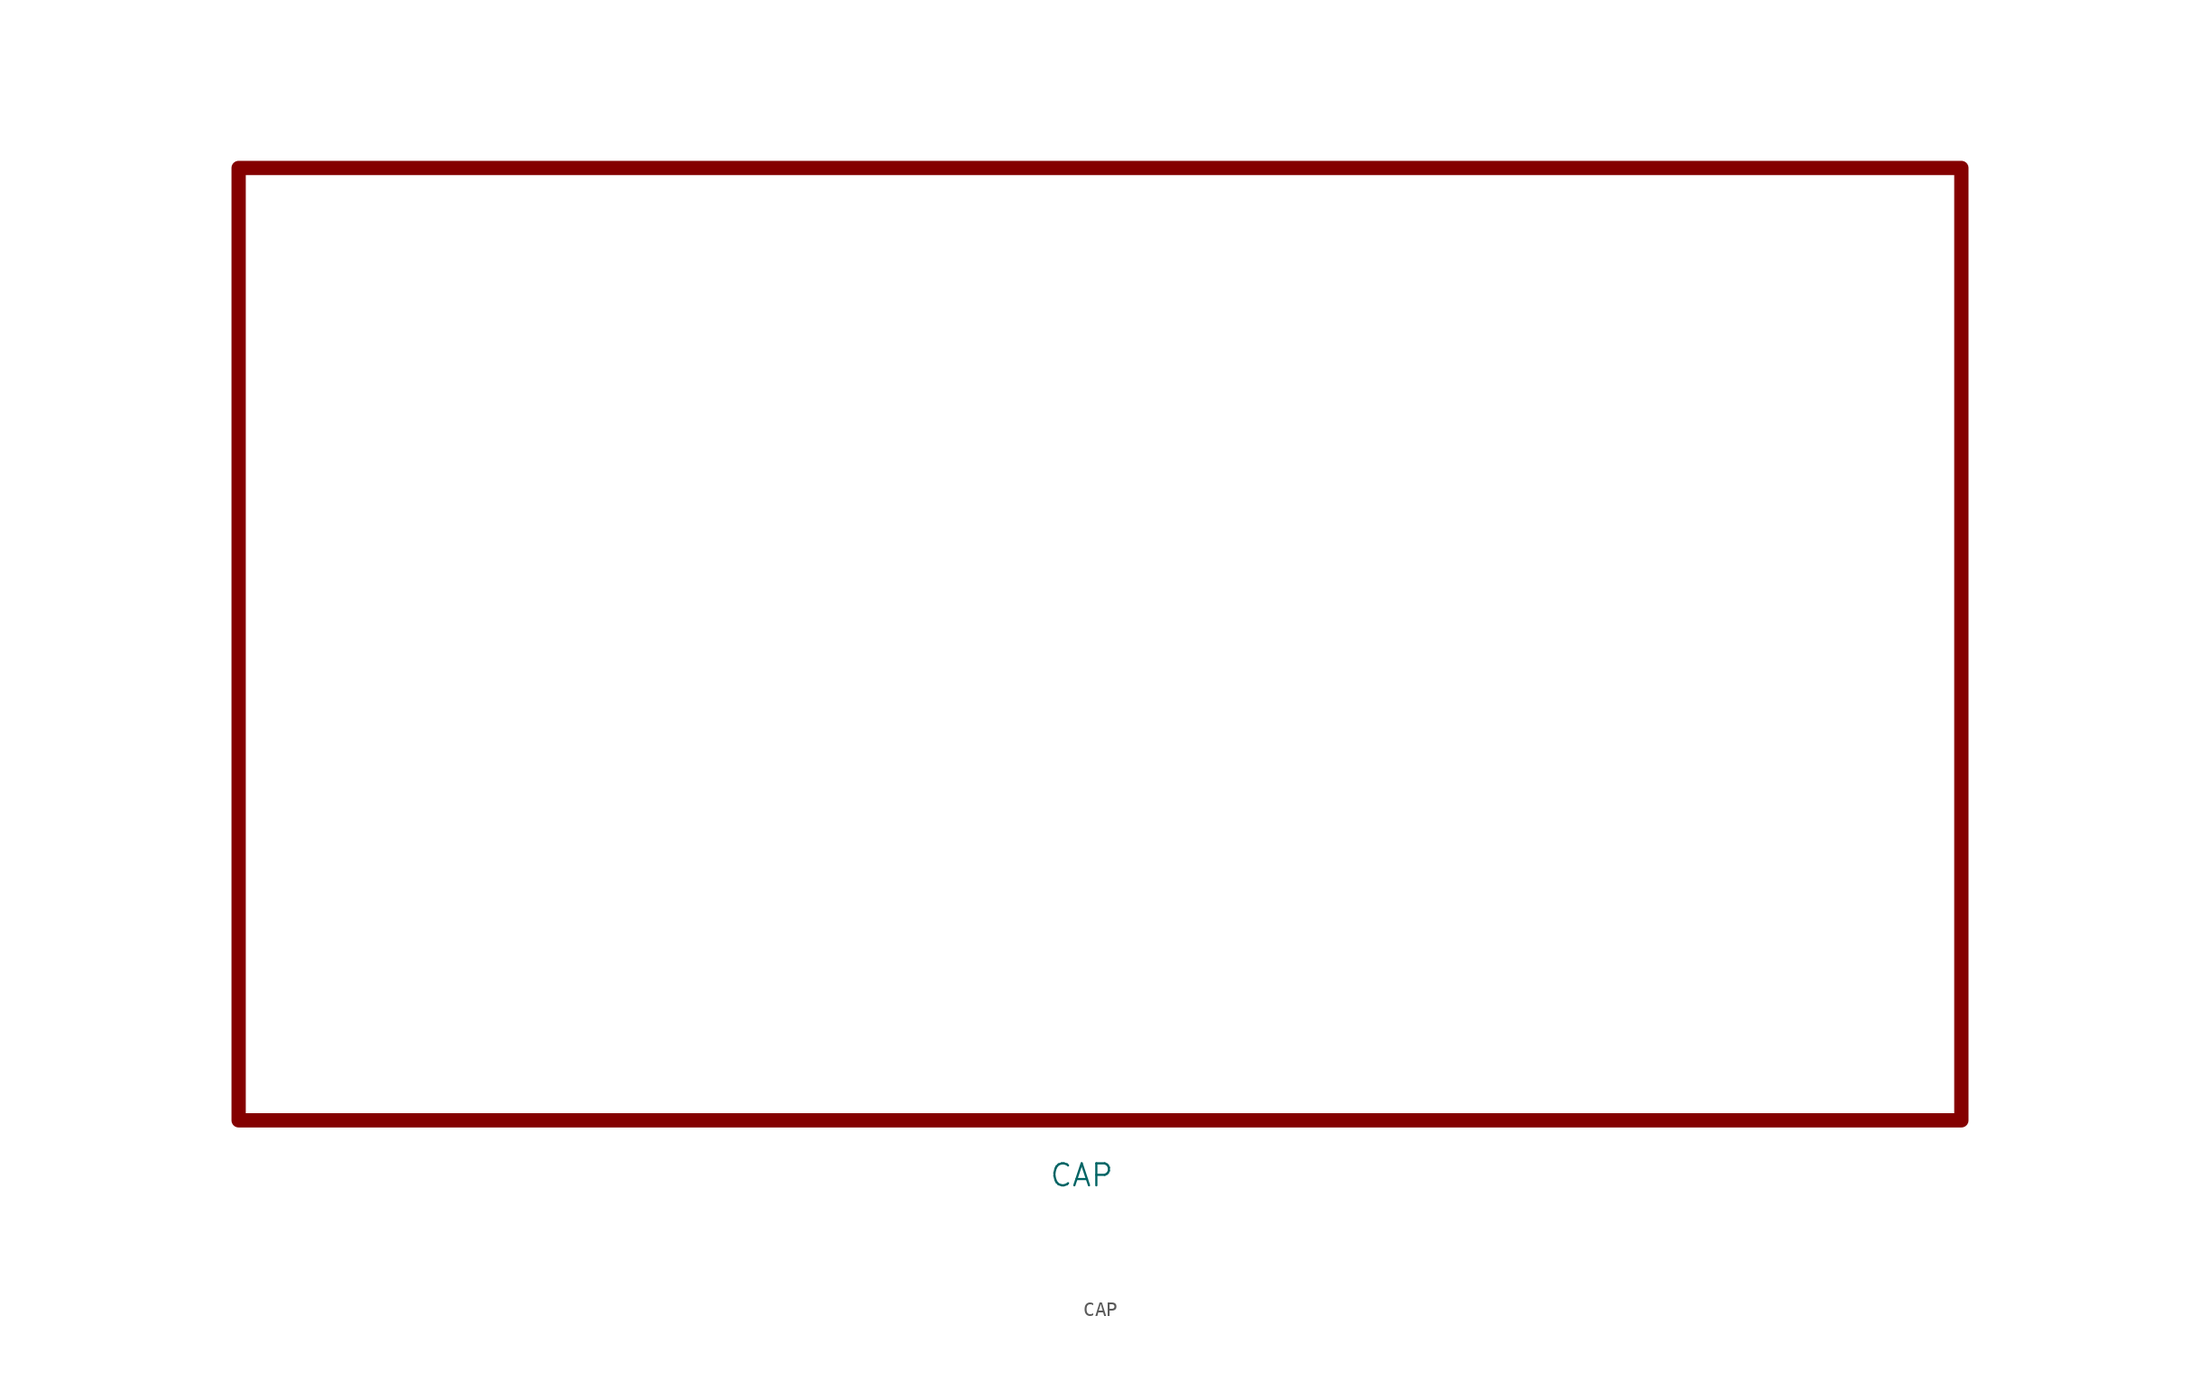
<source format=kicad_sym>
(kicad_symbol_lib
  (version 20241209)
  (generator "kicad_symbol_editor")
  (generator_version "9.0")
  (symbol "CAP"
    (pin_names
      (offset 1.016))
    (property "Reference" "U"
      (at 0 0 0)
      (effects (font (size 1.524 1.524)) (hide yes)))
    (property "Value" "CAP"
      (at 33.02 -7.62 0)
      (effects (font (size 1.524 1.524))))
    (symbol "CAP_0_1"
      (rectangle (start -25.4 62.23) (end 93.98 -3.81) (stroke (width 0.991) (type solid)) (fill (type none))))))
</source>
